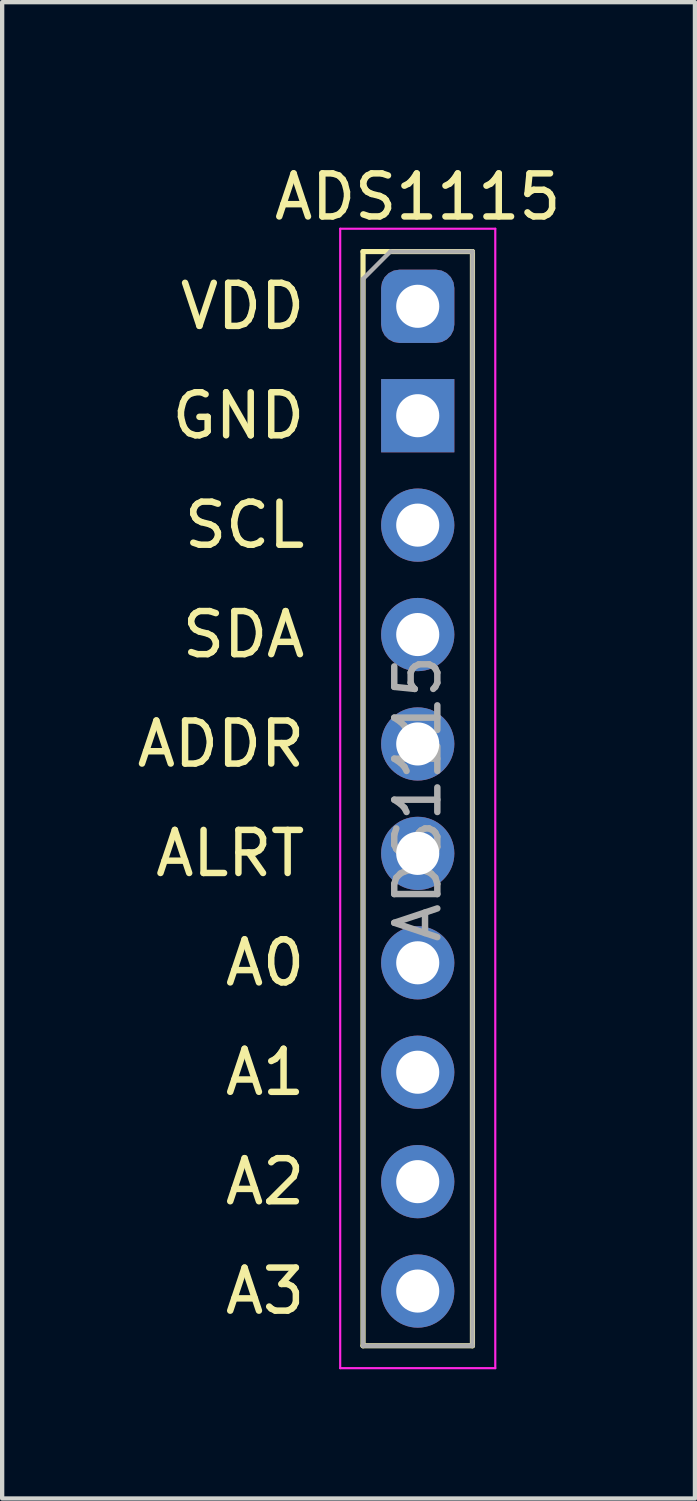
<source format=kicad_pcb>
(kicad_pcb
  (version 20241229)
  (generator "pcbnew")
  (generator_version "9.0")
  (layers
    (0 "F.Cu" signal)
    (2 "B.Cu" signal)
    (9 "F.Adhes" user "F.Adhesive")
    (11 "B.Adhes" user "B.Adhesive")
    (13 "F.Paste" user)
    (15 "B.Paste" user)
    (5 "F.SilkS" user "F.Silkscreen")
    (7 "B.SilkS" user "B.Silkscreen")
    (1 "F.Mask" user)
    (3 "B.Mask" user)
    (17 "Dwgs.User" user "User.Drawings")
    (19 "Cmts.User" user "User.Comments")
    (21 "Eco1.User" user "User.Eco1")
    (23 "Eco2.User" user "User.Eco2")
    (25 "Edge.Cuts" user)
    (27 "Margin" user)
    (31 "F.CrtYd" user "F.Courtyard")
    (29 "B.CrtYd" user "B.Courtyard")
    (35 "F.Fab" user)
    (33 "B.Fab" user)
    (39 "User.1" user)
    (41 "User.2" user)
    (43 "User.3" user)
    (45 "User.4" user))
  (footprint "ADS1115"
    (layer "F.Cu")
    (at 6.647 0.25)
    (property "Reference" "ADS1115" (at 0 1.27 0) (layer "F.SilkS") (effects (font (size 1 1) (thickness 0.15))))
    (attr through_hole)
    (fp_line (start -1.27 2.54) (end 1.27 2.54) (stroke (width 0.12) (type solid)) (layer "F.SilkS"))
    (fp_line (start -1.27 27.94) (end -1.27 2.54) (stroke (width 0.12) (type solid)) (layer "F.SilkS"))
    (fp_line (start 1.27 2.54) (end 1.27 27.94) (stroke (width 0.12) (type solid)) (layer "F.SilkS"))
    (fp_line (start 1.27 27.94) (end -1.27 27.94) (stroke (width 0.12) (type solid)) (layer "F.SilkS"))
    (fp_line (start -1.8 2.01) (end -1.8 28.46) (stroke (width 0.05) (type solid)) (layer "F.CrtYd"))
    (fp_line (start -1.8 28.46) (end 1.8 28.46) (stroke (width 0.05) (type solid)) (layer "F.CrtYd"))
    (fp_line (start 1.8 2.01) (end -1.8 2.01) (stroke (width 0.05) (type solid)) (layer "F.CrtYd"))
    (fp_line (start 1.8 28.46) (end 1.8 2.01) (stroke (width 0.05) (type solid)) (layer "F.CrtYd"))
    (fp_line (start -1.27 3.175) (end -0.635 2.54) (stroke (width 0.1) (type solid)) (layer "F.Fab"))
    (fp_line (start -1.27 27.94) (end -1.27 3.175) (stroke (width 0.1) (type solid)) (layer "F.Fab"))
    (fp_line (start -0.635 2.54) (end 1.27 2.54) (stroke (width 0.1) (type solid)) (layer "F.Fab"))
    (fp_line (start 1.27 2.54) (end 1.27 27.94) (stroke (width 0.1) (type solid)) (layer "F.Fab"))
    (fp_line (start 1.27 27.94) (end -1.27 27.94) (stroke (width 0.1) (type solid)) (layer "F.Fab"))
    (fp_text user "ADDR" (at -2.54 13.97 0) (layer "F.SilkS") (effects (font (size 1 1) (thickness 0.15)) (justify right)))
    (fp_text user "A1" (at -2.54 21.59 0) (layer "F.SilkS") (effects (font (size 1 1) (thickness 0.15)) (justify right)))
    (fp_text user "ALRT" (at -2.54 16.51 0) (layer "F.SilkS") (effects (font (size 1 1) (thickness 0.15)) (justify right)))
    (fp_text user "GND" (at -2.54 6.35 0) (layer "F.SilkS") (effects (font (size 1 1) (thickness 0.15)) (justify right)))
    (fp_text user "A0" (at -2.54 19.05 0) (layer "F.SilkS") (effects (font (size 1 1) (thickness 0.15)) (justify right)))
    (fp_text user "A2" (at -2.54 24.13 0) (layer "F.SilkS") (effects (font (size 1 1) (thickness 0.15)) (justify right)))
    (fp_text user "A3" (at -2.54 26.67 0) (layer "F.SilkS") (effects (font (size 1 1) (thickness 0.15)) (justify right)))
    (fp_text user "SDA" (at -2.54 11.43 0) (layer "F.SilkS") (effects (font (size 1 1) (thickness 0.15)) (justify right)))
    (fp_text user "VDD" (at -2.54 3.81 0) (layer "F.SilkS") (effects (font (size 1 1) (thickness 0.15)) (justify right)))
    (fp_text user "SCL" (at -2.54 8.89 0) (layer "F.SilkS") (effects (font (size 1 1) (thickness 0.15)) (justify right)))
    (fp_text user "${REFERENCE}" (at 0 15.24 90) (layer "F.Fab") (effects (font (size 1 1) (thickness 0.15))))
    (pad "1" thru_hole oval (at 0 13.97) (size 1.7 1.7) (drill 1) (layers "*.Cu" "*.Mask"))
    (pad "2" thru_hole oval (at 0 16.51) (size 1.7 1.7) (drill 1) (layers "*.Cu" "*.Mask"))
    (pad "3" thru_hole rect (at 0 6.35) (size 1.7 1.7) (drill 1) (layers "*.Cu" "*.Mask"))
    (pad "4" thru_hole oval (at 0 19.05) (size 1.7 1.7) (drill 1) (layers "*.Cu" "*.Mask"))
    (pad "5" thru_hole oval (at 0 21.59) (size 1.7 1.7) (drill 1) (layers "*.Cu" "*.Mask"))
    (pad "6" thru_hole oval (at 0 24.13) (size 1.7 1.7) (drill 1) (layers "*.Cu" "*.Mask"))
    (pad "7" thru_hole oval (at 0 26.67) (size 1.7 1.7) (drill 1) (layers "*.Cu" "*.Mask"))
    (pad "8" thru_hole roundrect (at 0 3.81) (size 1.7 1.7) (drill 1) (layers "*.Cu" "*.Mask") (roundrect_rratio 0.25))
    (pad "9" thru_hole oval (at 0 11.43) (size 1.7 1.7) (drill 1) (layers "*.Cu" "*.Mask"))
    (pad "10" thru_hole oval (at 0 8.89) (size 1.7 1.7) (drill 1) (layers "*.Cu" "*.Mask")))
  (gr_rect
    (start -3 -3)
    (end 13.082 31.735)
    (stroke (width 0.1) (type default))
    (fill no)
    (layer "Edge.Cuts")))
</source>
